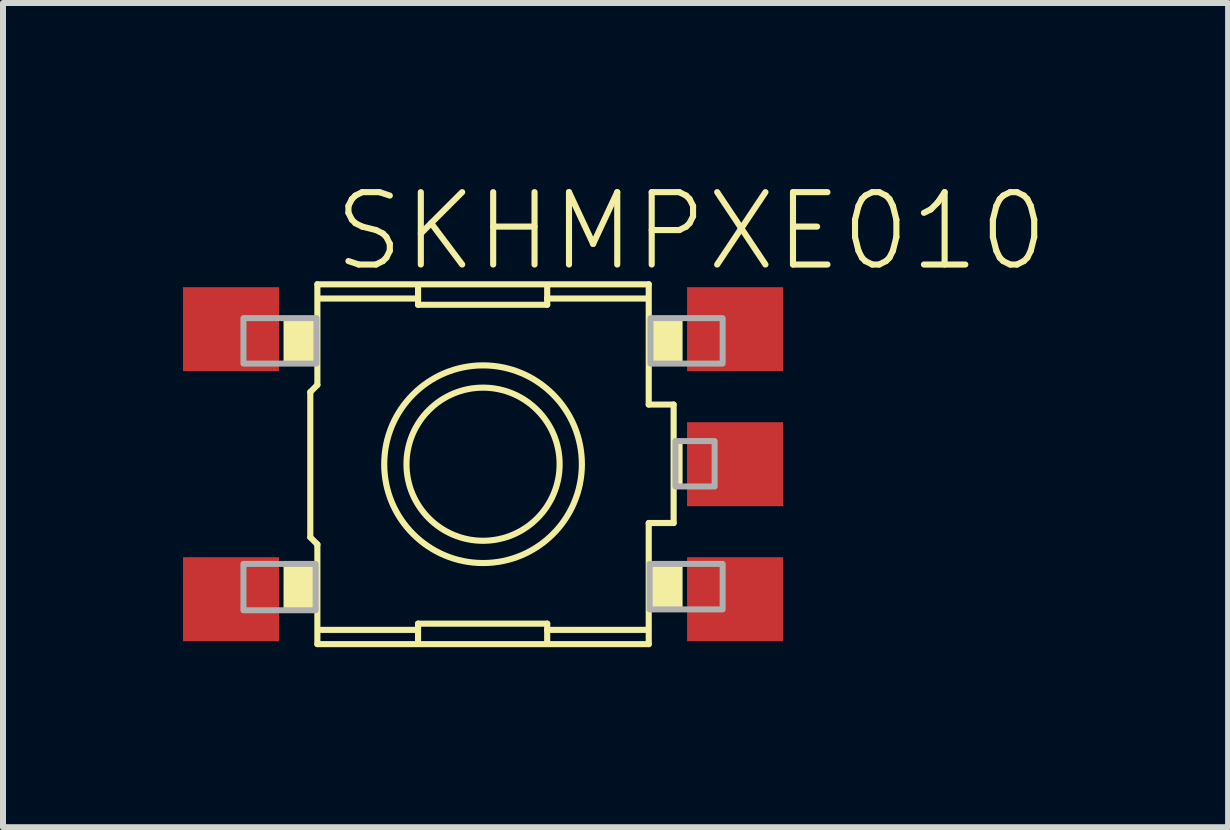
<source format=kicad_pcb>
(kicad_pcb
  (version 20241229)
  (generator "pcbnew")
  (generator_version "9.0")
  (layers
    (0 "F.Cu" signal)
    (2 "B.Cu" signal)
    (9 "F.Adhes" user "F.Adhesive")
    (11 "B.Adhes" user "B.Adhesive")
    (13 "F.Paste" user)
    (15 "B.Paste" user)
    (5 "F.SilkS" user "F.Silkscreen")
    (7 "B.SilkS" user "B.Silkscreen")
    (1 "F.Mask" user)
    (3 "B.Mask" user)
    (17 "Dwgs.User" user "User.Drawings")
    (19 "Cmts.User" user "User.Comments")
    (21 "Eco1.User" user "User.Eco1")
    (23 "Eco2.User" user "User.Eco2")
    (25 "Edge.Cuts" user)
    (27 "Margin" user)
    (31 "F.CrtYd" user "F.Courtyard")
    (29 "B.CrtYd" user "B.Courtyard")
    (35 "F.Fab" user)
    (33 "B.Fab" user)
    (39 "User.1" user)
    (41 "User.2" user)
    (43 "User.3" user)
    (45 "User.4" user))
  (footprint "SKHMPXE010"
    (layer "F.Cu")
    (at 5 4.686)
    (property "Reference" "SKHMPXE010" (at -2.54 -3.175 0) (layer "F.SilkS") (effects (font (size 1.206 1.206) (thickness 0.102)) (justify left bottom)))
    (attr through_hole)
    (fp_line (start -2.879 -1.202) (end -2.761 -1.321) (stroke (width 0.102) (type solid)) (layer "F.SilkS"))
    (fp_line (start -2.879 1.217) (end -2.879 -1.202) (stroke (width 0.102) (type solid)) (layer "F.SilkS"))
    (fp_line (start -2.761 -2.998) (end 2.761 -2.998) (stroke (width 0.102) (type solid)) (layer "F.SilkS"))
    (fp_line (start -2.761 -1.321) (end -2.761 -2.998) (stroke (width 0.102) (type solid)) (layer "F.SilkS"))
    (fp_line (start -2.761 1.336) (end -2.879 1.217) (stroke (width 0.102) (type solid)) (layer "F.SilkS"))
    (fp_line (start -2.761 2.998) (end -2.761 1.336) (stroke (width 0.102) (type solid)) (layer "F.SilkS"))
    (fp_line (start -1.128 -2.761) (end -2.701 -2.761) (stroke (width 0.102) (type solid)) (layer "F.SilkS"))
    (fp_line (start -1.128 2.761) (end -2.701 2.761) (stroke (width 0.102) (type solid)) (layer "F.SilkS"))
    (fp_line (start -1.083 -2.657) (end -1.083 -2.939) (stroke (width 0.102) (type solid)) (layer "F.SilkS"))
    (fp_line (start -1.083 2.657) (end -1.083 2.939) (stroke (width 0.102) (type solid)) (layer "F.SilkS"))
    (fp_line (start 1.069 -2.761) (end 1.069 -2.954) (stroke (width 0.102) (type solid)) (layer "F.SilkS"))
    (fp_line (start 1.069 -2.761) (end 1.069 -2.657) (stroke (width 0.102) (type solid)) (layer "F.SilkS"))
    (fp_line (start 1.069 -2.657) (end -1.083 -2.657) (stroke (width 0.102) (type solid)) (layer "F.SilkS"))
    (fp_line (start 1.069 2.657) (end -1.083 2.657) (stroke (width 0.102) (type solid)) (layer "F.SilkS"))
    (fp_line (start 1.069 2.761) (end 1.069 2.657) (stroke (width 0.102) (type solid)) (layer "F.SilkS"))
    (fp_line (start 1.069 2.761) (end 1.069 2.954) (stroke (width 0.102) (type solid)) (layer "F.SilkS"))
    (fp_line (start 2.716 -2.761) (end 1.069 -2.761) (stroke (width 0.102) (type solid)) (layer "F.SilkS"))
    (fp_line (start 2.716 2.761) (end 1.069 2.761) (stroke (width 0.102) (type solid)) (layer "F.SilkS"))
    (fp_line (start 2.761 -2.998) (end 2.761 -0.994) (stroke (width 0.102) (type solid)) (layer "F.SilkS"))
    (fp_line (start 2.761 -0.994) (end 3.176 -0.994) (stroke (width 0.102) (type solid)) (layer "F.SilkS"))
    (fp_line (start 2.761 0.98) (end 2.761 2.998) (stroke (width 0.102) (type solid)) (layer "F.SilkS"))
    (fp_line (start 2.761 2.998) (end -2.761 2.998) (stroke (width 0.102) (type solid)) (layer "F.SilkS"))
    (fp_line (start 3.176 -0.994) (end 3.176 0.98) (stroke (width 0.102) (type solid)) (layer "F.SilkS"))
    (fp_line (start 3.176 0.98) (end 2.761 0.98) (stroke (width 0.102) (type solid)) (layer "F.SilkS"))
    (fp_circle (center 0 0) (end 1.276 0) (stroke (width 0.102) (type solid)) (fill no) (layer "F.SilkS"))
    (fp_circle (center 0 0) (end 1.647 0) (stroke (width 0.102) (type solid)) (fill no) (layer "F.SilkS"))
    (fp_poly (pts (xy -3.325 -1.677) (xy -2.776 -1.677) (xy -2.776 -2.434) (xy -3.325 -2.434)) (stroke (width 0) (type solid)) (fill yes) (layer "F.SilkS"))
    (fp_poly (pts (xy -3.325 2.434) (xy -2.79 2.434) (xy -2.79 1.662) (xy -3.325 1.662)) (stroke (width 0) (type solid)) (fill yes) (layer "F.SilkS"))
    (fp_poly (pts (xy 2.776 2.419) (xy 3.325 2.419) (xy 3.325 1.662) (xy 2.776 1.662)) (stroke (width 0) (type solid)) (fill yes) (layer "F.SilkS"))
    (fp_poly (pts (xy 2.79 -1.677) (xy 3.325 -1.677) (xy 3.325 -2.434) (xy 2.79 -2.434)) (stroke (width 0) (type solid)) (fill yes) (layer "F.SilkS"))
    (fp_poly (pts (xy 3.191 0.371) (xy 3.325 0.371) (xy 3.325 -0.386) (xy 3.191 -0.386)) (stroke (width 0) (type solid)) (fill yes) (layer "F.SilkS"))
    (fp_poly (pts (xy -3.993 -1.677) (xy -2.776 -1.677) (xy -2.776 -2.434) (xy -3.993 -2.434)) (stroke (width 0.1) (type solid)) (fill no) (layer "F.Fab"))
    (fp_poly (pts (xy -3.993 2.434) (xy -2.79 2.434) (xy -2.79 1.662) (xy -3.993 1.662)) (stroke (width 0.1) (type solid)) (fill no) (layer "F.Fab"))
    (fp_poly (pts (xy 2.776 2.419) (xy 3.993 2.419) (xy 3.993 1.662) (xy 2.776 1.662)) (stroke (width 0.1) (type solid)) (fill no) (layer "F.Fab"))
    (fp_poly (pts (xy 2.79 -1.677) (xy 3.993 -1.677) (xy 3.993 -2.434) (xy 2.79 -2.434)) (stroke (width 0.1) (type solid)) (fill no) (layer "F.Fab"))
    (fp_poly (pts (xy 3.206 0.371) (xy 3.859 0.371) (xy 3.859 -0.386) (xy 3.206 -0.386)) (stroke (width 0.1) (type solid)) (fill no) (layer "F.Fab"))
    (pad "1" smd rect (at -4.2 -2.25) (size 1.6 1.4) (layers "F.Cu" "F.Mask" "F.Paste"))
    (pad "2" smd rect (at 4.2 -2.25) (size 1.6 1.4) (layers "F.Cu" "F.Mask" "F.Paste"))
    (pad "3" smd rect (at -4.2 2.25) (size 1.6 1.4) (layers "F.Cu" "F.Mask" "F.Paste"))
    (pad "4" smd rect (at 4.2 2.25) (size 1.6 1.4) (layers "F.Cu" "F.Mask" "F.Paste"))
    (pad "5" smd rect (at 4.2 0) (size 1.6 1.4) (layers "F.Cu" "F.Mask" "F.Paste")))
  (gr_rect
    (start -3 -3)
    (end 17.416 10.735)
    (stroke (width 0.1) (type default))
    (fill no)
    (layer "Edge.Cuts")))
</source>
